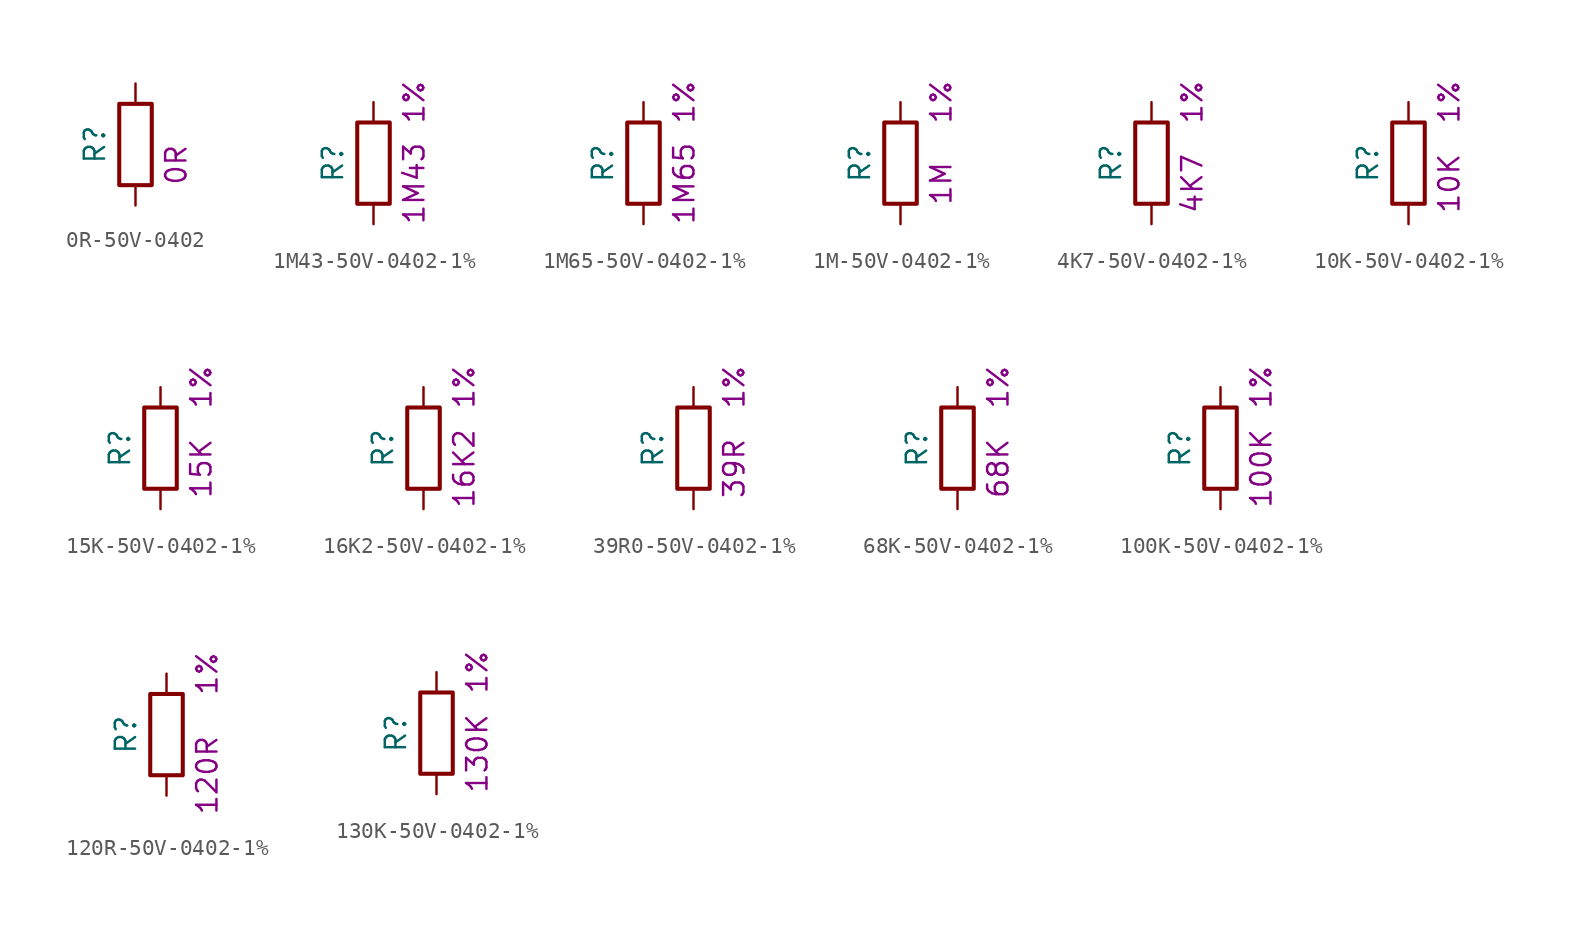
<source format=kicad_sym>
(kicad_symbol_lib
  (version 20211014)
  (generator kicad_symbol_editor)
  (symbol "0R-50V-0402"
    (pin_numbers hide)
    (pin_names
      (offset 0))
    (property "Reference" "R"
      (at -2.54 0 90)
      (effects (font (size 1.27 1.27))))
    (property "NumVal" "0R"
      (at 2.54 -1.27 90)
      (effects (font (size 1.27 1.27))))
    (symbol "0R-50V-0402_0_1"
      (rectangle (start -1.016 -2.54) (end 1.016 2.54) (stroke (width 0.254) (type default) (color 0 0 0 0)) (fill (type none))))
    (symbol "0R-50V-0402_1_1"
      (pin passive line (at 0 3.81 270) (length 1.27) (name "~" (effects (font (size 1.27 1.27)))) (number "1" (effects (font (size 1.27 1.27)))))
      (pin passive line (at 0 -3.81 90) (length 1.27) (name "~" (effects (font (size 1.27 1.27)))) (number "2" (effects (font (size 1.27 1.27)))))))
  (symbol "1M43-50V-0402-1%"
    (pin_numbers hide)
    (pin_names
      (offset 0))
    (property "Reference" "R"
      (at -2.54 0 90)
      (effects (font (size 1.27 1.27))))
    (property "NumVal" "1M43"
      (at 2.54 -1.27 90)
      (effects (font (size 1.27 1.27))))
    (property "Tolerance" "1%"
      (at 2.54 3.81 90)
      (effects (font (size 1.27 1.27))))
    (symbol "1M43-50V-0402-1%_0_1"
      (rectangle (start -1.016 -2.54) (end 1.016 2.54) (stroke (width 0.254) (type default) (color 0 0 0 0)) (fill (type none))))
    (symbol "1M43-50V-0402-1%_1_1"
      (pin passive line (at 0 3.81 270) (length 1.27) (name "~" (effects (font (size 1.27 1.27)))) (number "1" (effects (font (size 1.27 1.27)))))
      (pin passive line (at 0 -3.81 90) (length 1.27) (name "~" (effects (font (size 1.27 1.27)))) (number "2" (effects (font (size 1.27 1.27)))))))
  (symbol "1M65-50V-0402-1%"
    (pin_numbers hide)
    (pin_names
      (offset 0))
    (property "Reference" "R"
      (at -2.54 0 90)
      (effects (font (size 1.27 1.27))))
    (property "NumVal" "1M65"
      (at 2.54 -1.27 90)
      (effects (font (size 1.27 1.27))))
    (property "Tolerance" "1%"
      (at 2.54 3.81 90)
      (effects (font (size 1.27 1.27))))
    (symbol "1M65-50V-0402-1%_0_1"
      (rectangle (start -1.016 -2.54) (end 1.016 2.54) (stroke (width 0.254) (type default) (color 0 0 0 0)) (fill (type none))))
    (symbol "1M65-50V-0402-1%_1_1"
      (pin passive line (at 0 3.81 270) (length 1.27) (name "~" (effects (font (size 1.27 1.27)))) (number "1" (effects (font (size 1.27 1.27)))))
      (pin passive line (at 0 -3.81 90) (length 1.27) (name "~" (effects (font (size 1.27 1.27)))) (number "2" (effects (font (size 1.27 1.27)))))))
  (symbol "1M-50V-0402-1%"
    (pin_numbers hide)
    (pin_names
      (offset 0))
    (property "Reference" "R"
      (at -2.54 0 90)
      (effects (font (size 1.27 1.27))))
    (property "NumVal" "1M"
      (at 2.54 -1.27 90)
      (effects (font (size 1.27 1.27))))
    (property "Tolerance" "1%"
      (at 2.54 3.81 90)
      (effects (font (size 1.27 1.27))))
    (symbol "1M-50V-0402-1%_0_1"
      (rectangle (start -1.016 -2.54) (end 1.016 2.54) (stroke (width 0.254) (type default) (color 0 0 0 0)) (fill (type none))))
    (symbol "1M-50V-0402-1%_1_1"
      (pin passive line (at 0 3.81 270) (length 1.27) (name "~" (effects (font (size 1.27 1.27)))) (number "1" (effects (font (size 1.27 1.27)))))
      (pin passive line (at 0 -3.81 90) (length 1.27) (name "~" (effects (font (size 1.27 1.27)))) (number "2" (effects (font (size 1.27 1.27)))))))
  (symbol "4K7-50V-0402-1%"
    (pin_numbers hide)
    (pin_names
      (offset 0))
    (property "Reference" "R"
      (at -2.54 0 90)
      (effects (font (size 1.27 1.27))))
    (property "NumVal" "4K7"
      (at 2.54 -1.27 90)
      (effects (font (size 1.27 1.27))))
    (property "Tolerance" "1%"
      (at 2.54 3.81 90)
      (effects (font (size 1.27 1.27))))
    (symbol "4K7-50V-0402-1%_0_1"
      (rectangle (start -1.016 -2.54) (end 1.016 2.54) (stroke (width 0.254) (type default) (color 0 0 0 0)) (fill (type none))))
    (symbol "4K7-50V-0402-1%_1_1"
      (pin passive line (at 0 3.81 270) (length 1.27) (name "~" (effects (font (size 1.27 1.27)))) (number "1" (effects (font (size 1.27 1.27)))))
      (pin passive line (at 0 -3.81 90) (length 1.27) (name "~" (effects (font (size 1.27 1.27)))) (number "2" (effects (font (size 1.27 1.27)))))))
  (symbol "10K-50V-0402-1%"
    (pin_numbers hide)
    (pin_names
      (offset 0))
    (property "Reference" "R"
      (at -2.54 0 90)
      (effects (font (size 1.27 1.27))))
    (property "NumVal" "10K"
      (at 2.54 -1.27 90)
      (effects (font (size 1.27 1.27))))
    (property "Tolerance" "1%"
      (at 2.54 3.81 90)
      (effects (font (size 1.27 1.27))))
    (symbol "10K-50V-0402-1%_0_1"
      (rectangle (start -1.016 -2.54) (end 1.016 2.54) (stroke (width 0.254) (type default) (color 0 0 0 0)) (fill (type none))))
    (symbol "10K-50V-0402-1%_1_1"
      (pin passive line (at 0 3.81 270) (length 1.27) (name "~" (effects (font (size 1.27 1.27)))) (number "1" (effects (font (size 1.27 1.27)))))
      (pin passive line (at 0 -3.81 90) (length 1.27) (name "~" (effects (font (size 1.27 1.27)))) (number "2" (effects (font (size 1.27 1.27)))))))
  (symbol "15K-50V-0402-1%"
    (pin_numbers hide)
    (pin_names
      (offset 0))
    (property "Reference" "R"
      (at -2.54 0 90)
      (effects (font (size 1.27 1.27))))
    (property "NumVal" "15K"
      (at 2.54 -1.27 90)
      (effects (font (size 1.27 1.27))))
    (property "Tolerance" "1%"
      (at 2.54 3.81 90)
      (effects (font (size 1.27 1.27))))
    (symbol "15K-50V-0402-1%_0_1"
      (rectangle (start -1.016 -2.54) (end 1.016 2.54) (stroke (width 0.254) (type default) (color 0 0 0 0)) (fill (type none))))
    (symbol "15K-50V-0402-1%_1_1"
      (pin passive line (at 0 3.81 270) (length 1.27) (name "~" (effects (font (size 1.27 1.27)))) (number "1" (effects (font (size 1.27 1.27)))))
      (pin passive line (at 0 -3.81 90) (length 1.27) (name "~" (effects (font (size 1.27 1.27)))) (number "2" (effects (font (size 1.27 1.27)))))))
  (symbol "16K2-50V-0402-1%"
    (pin_numbers hide)
    (pin_names
      (offset 0))
    (property "Reference" "R"
      (at -2.54 0 90)
      (effects (font (size 1.27 1.27))))
    (property "NumVal" "16K2"
      (at 2.54 -1.27 90)
      (effects (font (size 1.27 1.27))))
    (property "Tolerance" "1%"
      (at 2.54 3.81 90)
      (effects (font (size 1.27 1.27))))
    (symbol "16K2-50V-0402-1%_0_1"
      (rectangle (start -1.016 -2.54) (end 1.016 2.54) (stroke (width 0.254) (type default) (color 0 0 0 0)) (fill (type none))))
    (symbol "16K2-50V-0402-1%_1_1"
      (pin passive line (at 0 3.81 270) (length 1.27) (name "~" (effects (font (size 1.27 1.27)))) (number "1" (effects (font (size 1.27 1.27)))))
      (pin passive line (at 0 -3.81 90) (length 1.27) (name "~" (effects (font (size 1.27 1.27)))) (number "2" (effects (font (size 1.27 1.27)))))))
  (symbol "39R0-50V-0402-1%"
    (pin_numbers hide)
    (pin_names
      (offset 0))
    (property "Reference" "R"
      (at -2.54 0 90)
      (effects (font (size 1.27 1.27))))
    (property "NumVal" "39R"
      (at 2.54 -1.27 90)
      (effects (font (size 1.27 1.27))))
    (property "Tolerance" "1%"
      (at 2.54 3.81 90)
      (effects (font (size 1.27 1.27))))
    (symbol "39R0-50V-0402-1%_0_1"
      (rectangle (start -1.016 -2.54) (end 1.016 2.54) (stroke (width 0.254) (type default) (color 0 0 0 0)) (fill (type none))))
    (symbol "39R0-50V-0402-1%_1_1"
      (pin passive line (at 0 3.81 270) (length 1.27) (name "~" (effects (font (size 1.27 1.27)))) (number "1" (effects (font (size 1.27 1.27)))))
      (pin passive line (at 0 -3.81 90) (length 1.27) (name "~" (effects (font (size 1.27 1.27)))) (number "2" (effects (font (size 1.27 1.27)))))))
  (symbol "68K-50V-0402-1%"
    (pin_numbers hide)
    (pin_names
      (offset 0))
    (property "Reference" "R"
      (at -2.54 0 90)
      (effects (font (size 1.27 1.27))))
    (property "NumVal" "68K"
      (at 2.54 -1.27 90)
      (effects (font (size 1.27 1.27))))
    (property "Tolerance" "1%"
      (at 2.54 3.81 90)
      (effects (font (size 1.27 1.27))))
    (symbol "68K-50V-0402-1%_0_1"
      (rectangle (start -1.016 -2.54) (end 1.016 2.54) (stroke (width 0.254) (type default) (color 0 0 0 0)) (fill (type none))))
    (symbol "68K-50V-0402-1%_1_1"
      (pin passive line (at 0 3.81 270) (length 1.27) (name "~" (effects (font (size 1.27 1.27)))) (number "1" (effects (font (size 1.27 1.27)))))
      (pin passive line (at 0 -3.81 90) (length 1.27) (name "~" (effects (font (size 1.27 1.27)))) (number "2" (effects (font (size 1.27 1.27)))))))
  (symbol "100K-50V-0402-1%"
    (pin_numbers hide)
    (pin_names
      (offset 0))
    (property "Reference" "R"
      (at -2.54 0 90)
      (effects (font (size 1.27 1.27))))
    (property "NumVal" "100K"
      (at 2.54 -1.27 90)
      (effects (font (size 1.27 1.27))))
    (property "Tolerance" "1%"
      (at 2.54 3.81 90)
      (effects (font (size 1.27 1.27))))
    (symbol "100K-50V-0402-1%_0_1"
      (rectangle (start -1.016 -2.54) (end 1.016 2.54) (stroke (width 0.254) (type default) (color 0 0 0 0)) (fill (type none))))
    (symbol "100K-50V-0402-1%_1_1"
      (pin passive line (at 0 3.81 270) (length 1.27) (name "~" (effects (font (size 1.27 1.27)))) (number "1" (effects (font (size 1.27 1.27)))))
      (pin passive line (at 0 -3.81 90) (length 1.27) (name "~" (effects (font (size 1.27 1.27)))) (number "2" (effects (font (size 1.27 1.27)))))))
  (symbol "120R-50V-0402-1%"
    (pin_numbers hide)
    (pin_names
      (offset 0))
    (property "Reference" "R"
      (at -2.54 0 90)
      (effects (font (size 1.27 1.27))))
    (property "NumVal" "120R"
      (at 2.54 -2.54 90)
      (effects (font (size 1.27 1.27))))
    (property "Tolerance" "1%"
      (at 2.54 3.81 90)
      (effects (font (size 1.27 1.27))))
    (symbol "120R-50V-0402-1%_0_1"
      (rectangle (start -1.016 -2.54) (end 1.016 2.54) (stroke (width 0.254) (type default) (color 0 0 0 0)) (fill (type none))))
    (symbol "120R-50V-0402-1%_1_1"
      (pin passive line (at 0 3.81 270) (length 1.27) (name "~" (effects (font (size 1.27 1.27)))) (number "1" (effects (font (size 1.27 1.27)))))
      (pin passive line (at 0 -3.81 90) (length 1.27) (name "~" (effects (font (size 1.27 1.27)))) (number "2" (effects (font (size 1.27 1.27)))))))
  (symbol "130K-50V-0402-1%"
    (pin_numbers hide)
    (pin_names
      (offset 0))
    (property "Reference" "R"
      (at -2.54 0 90)
      (effects (font (size 1.27 1.27))))
    (property "NumVal" "130K"
      (at 2.54 -1.27 90)
      (effects (font (size 1.27 1.27))))
    (property "Tolerance" "1%"
      (at 2.54 3.81 90)
      (effects (font (size 1.27 1.27))))
    (symbol "130K-50V-0402-1%_0_1"
      (rectangle (start -1.016 -2.54) (end 1.016 2.54) (stroke (width 0.254) (type default) (color 0 0 0 0)) (fill (type none))))
    (symbol "130K-50V-0402-1%_1_1"
      (pin passive line (at 0 3.81 270) (length 1.27) (name "~" (effects (font (size 1.27 1.27)))) (number "1" (effects (font (size 1.27 1.27)))))
      (pin passive line (at 0 -3.81 90) (length 1.27) (name "~" (effects (font (size 1.27 1.27)))) (number "2" (effects (font (size 1.27 1.27))))))))
</source>
